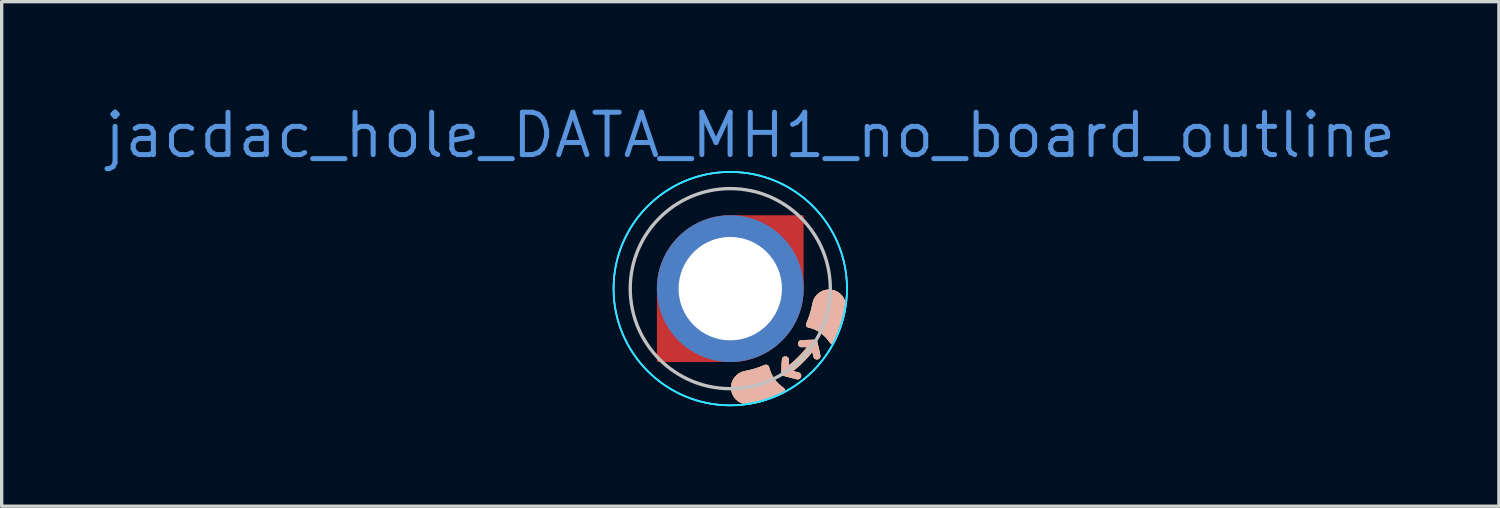
<source format=kicad_pcb>
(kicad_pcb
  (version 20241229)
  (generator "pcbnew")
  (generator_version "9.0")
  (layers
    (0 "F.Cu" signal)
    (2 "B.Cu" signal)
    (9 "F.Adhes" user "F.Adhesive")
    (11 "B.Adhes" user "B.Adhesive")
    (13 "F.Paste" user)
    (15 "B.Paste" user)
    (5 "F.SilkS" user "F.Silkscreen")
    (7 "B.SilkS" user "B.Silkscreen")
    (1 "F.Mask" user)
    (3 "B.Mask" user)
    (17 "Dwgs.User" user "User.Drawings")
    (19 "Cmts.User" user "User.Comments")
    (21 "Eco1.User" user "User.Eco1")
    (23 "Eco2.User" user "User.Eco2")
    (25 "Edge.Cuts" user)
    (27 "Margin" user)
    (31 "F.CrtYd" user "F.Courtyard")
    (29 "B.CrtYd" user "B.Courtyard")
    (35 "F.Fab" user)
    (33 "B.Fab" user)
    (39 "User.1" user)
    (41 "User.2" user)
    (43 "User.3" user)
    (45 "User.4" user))
  (footprint "jacdac_hole_DATA_MH1_no_board_outline"
    (layer "F.Cu")
    (at 18.85 5.606)
    (property "Reference" "jacdac_hole_DATA_MH1_no_board_outline" (at 0.6 -4.6 0) (layer "Cmts.User") (effects (font (size 1.27 1.27) (thickness 0.15))))
    (attr through_hole)
    (fp_poly (pts (xy -2.495 0) (xy -2.495 -0.157) (xy -2.456 -0.468) (xy -2.378 -0.773) (xy -2.262 -1.064) (xy -2.111 -1.34) (xy -1.926 -1.594) (xy -1.711 -1.822) (xy -1.469 -2.023) (xy -1.204 -2.191) (xy -0.92 -2.324) (xy -0.622 -2.421) (xy -0.313 -2.48) (xy 0 -2.5) (xy 2.5 -2.5) (xy 2.5 0) (xy 2.495 0) (xy 2.495 0.157) (xy 2.456 0.468) (xy 2.378 0.773) (xy 2.262 1.064) (xy 2.111 1.34) (xy 1.926 1.594) (xy 1.711 1.822) (xy 1.469 2.023) (xy 1.204 2.191) (xy 0.92 2.324) (xy 0.622 2.421) (xy 0.313 2.48) (xy 0 2.5) (xy -2.5 2.5) (xy -2.5 0)) (stroke (width 0) (type solid)) (fill yes) (layer "F.Mask"))
    (fp_circle (center 0 0) (end 0 -2.5) (stroke (width 0) (type solid)) (fill yes) (layer "B.Mask"))
    (fp_poly (pts (xy 1.1 2.289) (xy 1.116 2.297) (xy 1.129 2.307) (xy 1.138 2.316) (xy 1.146 2.325) (xy 1.153 2.337) (xy 1.159 2.352) (xy 1.166 2.373) (xy 1.174 2.399) (xy 1.174 2.4) (xy 1.192 2.457) (xy 1.211 2.509) (xy 1.233 2.558) (xy 1.249 2.591) (xy 1.292 2.667) (xy 1.341 2.738) (xy 1.397 2.805) (xy 1.458 2.868) (xy 1.524 2.924) (xy 1.561 2.952) (xy 1.59 2.974) (xy 1.612 2.994) (xy 1.627 3.014) (xy 1.637 3.033) (xy 1.64 3.053) (xy 1.641 3.058) (xy 1.639 3.077) (xy 1.632 3.093) (xy 1.621 3.109) (xy 1.604 3.124) (xy 1.58 3.14) (xy 1.549 3.156) (xy 1.549 3.157) (xy 1.427 3.214) (xy 1.3 3.267) (xy 1.167 3.316) (xy 1.03 3.361) (xy 0.89 3.4) (xy 0.749 3.435) (xy 0.69 3.447) (xy 0.63 3.458) (xy 0.577 3.465) (xy 0.53 3.468) (xy 0.488 3.467) (xy 0.454 3.463) (xy 0.391 3.449) (xy 0.331 3.427) (xy 0.275 3.399) (xy 0.224 3.365) (xy 0.177 3.324) (xy 0.135 3.278) (xy 0.099 3.226) (xy 0.094 3.217) (xy 0.068 3.164) (xy 0.048 3.108) (xy 0.035 3.05) (xy 0.029 2.99) (xy 0.03 2.929) (xy 0.037 2.87) (xy 0.052 2.812) (xy 0.053 2.808) (xy 0.076 2.752) (xy 0.106 2.699) (xy 0.142 2.65) (xy 0.184 2.605) (xy 0.23 2.566) (xy 0.281 2.532) (xy 0.335 2.505) (xy 0.357 2.496) (xy 0.371 2.492) (xy 0.392 2.486) (xy 0.416 2.48) (xy 0.442 2.474) (xy 0.469 2.468) (xy 0.47 2.468) (xy 0.569 2.447) (xy 0.663 2.423) (xy 0.753 2.397) (xy 0.84 2.368) (xy 0.927 2.335) (xy 0.975 2.315) (xy 1.009 2.302) (xy 1.038 2.292) (xy 1.062 2.287) (xy 1.083 2.286) (xy 1.1 2.289)) (stroke (width 0.01) (type solid)) (fill yes) (layer "F.SilkS"))
    (fp_poly (pts (xy 3.05 0.04) (xy 3.108 0.053) (xy 3.164 0.074) (xy 3.216 0.1) (xy 3.265 0.133) (xy 3.309 0.171) (xy 3.349 0.214) (xy 3.385 0.263) (xy 3.414 0.316) (xy 3.438 0.373) (xy 3.455 0.435) (xy 3.455 0.437) (xy 3.459 0.454) (xy 3.461 0.474) (xy 3.462 0.496) (xy 3.462 0.524) (xy 3.462 0.536) (xy 3.462 0.557) (xy 3.461 0.578) (xy 3.459 0.6) (xy 3.456 0.622) (xy 3.452 0.647) (xy 3.447 0.675) (xy 3.441 0.708) (xy 3.433 0.745) (xy 3.423 0.789) (xy 3.418 0.808) (xy 3.39 0.921) (xy 3.356 1.037) (xy 3.318 1.154) (xy 3.275 1.27) (xy 3.23 1.384) (xy 3.182 1.493) (xy 3.147 1.564) (xy 3.133 1.591) (xy 3.12 1.612) (xy 3.108 1.628) (xy 3.096 1.639) (xy 3.083 1.647) (xy 3.082 1.648) (xy 3.064 1.654) (xy 3.047 1.654) (xy 3.033 1.65) (xy 3.013 1.639) (xy 2.993 1.62) (xy 2.972 1.595) (xy 2.969 1.59) (xy 2.915 1.517) (xy 2.856 1.45) (xy 2.792 1.388) (xy 2.723 1.333) (xy 2.65 1.284) (xy 2.573 1.242) (xy 2.517 1.217) (xy 2.486 1.204) (xy 2.454 1.193) (xy 2.421 1.182) (xy 2.383 1.171) (xy 2.35 1.163) (xy 2.332 1.157) (xy 2.319 1.152) (xy 2.308 1.145) (xy 2.3 1.137) (xy 2.286 1.122) (xy 2.278 1.106) (xy 2.275 1.087) (xy 2.278 1.066) (xy 2.286 1.04) (xy 2.295 1.018) (xy 2.344 0.897) (xy 2.387 0.773) (xy 2.425 0.645) (xy 2.456 0.511) (xy 2.463 0.48) (xy 2.47 0.446) (xy 2.476 0.417) (xy 2.482 0.394) (xy 2.488 0.373) (xy 2.495 0.355) (xy 2.502 0.336) (xy 2.509 0.322) (xy 2.537 0.269) (xy 2.572 0.22) (xy 2.613 0.175) (xy 2.659 0.136) (xy 2.709 0.102) (xy 2.762 0.074) (xy 2.819 0.053) (xy 2.866 0.042) (xy 2.929 0.034) (xy 2.99 0.033) (xy 3.05 0.04)) (stroke (width 0.01) (type solid)) (fill yes) (layer "F.SilkS"))
    (fp_poly (pts (xy 2.507 1.538) (xy 2.524 1.538) (xy 2.538 1.54) (xy 2.548 1.542) (xy 2.557 1.544) (xy 2.564 1.548) (xy 2.57 1.552) (xy 2.577 1.557) (xy 2.58 1.56) (xy 2.591 1.571) (xy 2.602 1.586) (xy 2.61 1.603) (xy 2.615 1.617) (xy 2.615 1.623) (xy 2.616 1.629) (xy 2.619 1.642) (xy 2.623 1.661) (xy 2.628 1.685) (xy 2.634 1.713) (xy 2.641 1.746) (xy 2.649 1.781) (xy 2.657 1.815) (xy 2.668 1.862) (xy 2.676 1.901) (xy 2.684 1.934) (xy 2.689 1.962) (xy 2.693 1.985) (xy 2.696 2.003) (xy 2.698 2.018) (xy 2.698 2.03) (xy 2.697 2.04) (xy 2.696 2.048) (xy 2.693 2.055) (xy 2.693 2.057) (xy 2.681 2.077) (xy 2.664 2.096) (xy 2.645 2.109) (xy 2.627 2.115) (xy 2.605 2.118) (xy 2.582 2.117) (xy 2.561 2.112) (xy 2.553 2.109) (xy 2.537 2.098) (xy 2.522 2.083) (xy 2.51 2.067) (xy 2.505 2.058) (xy 2.503 2.05) (xy 2.499 2.037) (xy 2.494 2.018) (xy 2.489 1.995) (xy 2.483 1.971) (xy 2.482 1.967) (xy 2.477 1.943) (xy 2.472 1.922) (xy 2.468 1.905) (xy 2.465 1.893) (xy 2.463 1.887) (xy 2.463 1.887) (xy 2.461 1.889) (xy 2.454 1.897) (xy 2.444 1.909) (xy 2.432 1.924) (xy 2.424 1.934) (xy 2.324 2.053) (xy 2.219 2.167) (xy 2.107 2.276) (xy 1.989 2.379) (xy 1.93 2.428) (xy 1.913 2.442) (xy 1.898 2.454) (xy 1.887 2.464) (xy 1.881 2.471) (xy 1.88 2.473) (xy 1.885 2.474) (xy 1.896 2.478) (xy 1.912 2.482) (xy 1.933 2.488) (xy 1.957 2.494) (xy 1.966 2.496) (xy 1.997 2.504) (xy 2.022 2.51) (xy 2.04 2.516) (xy 2.055 2.52) (xy 2.065 2.524) (xy 2.073 2.529) (xy 2.08 2.533) (xy 2.087 2.539) (xy 2.09 2.542) (xy 2.108 2.562) (xy 2.118 2.585) (xy 2.123 2.61) (xy 2.121 2.635) (xy 2.113 2.66) (xy 2.099 2.681) (xy 2.08 2.699) (xy 2.067 2.707) (xy 2.056 2.712) (xy 2.045 2.715) (xy 2.033 2.717) (xy 2.018 2.716) (xy 2 2.714) (xy 1.978 2.71) (xy 1.95 2.703) (xy 1.921 2.695) (xy 1.892 2.688) (xy 1.859 2.679) (xy 1.821 2.67) (xy 1.783 2.66) (xy 1.744 2.65) (xy 1.711 2.641) (xy 1.674 2.631) (xy 1.644 2.623) (xy 1.62 2.616) (xy 1.601 2.61) (xy 1.586 2.604) (xy 1.575 2.599) (xy 1.566 2.592) (xy 1.559 2.585) (xy 1.553 2.577) (xy 1.549 2.572) (xy 1.545 2.566) (xy 1.541 2.56) (xy 1.539 2.553) (xy 1.537 2.546) (xy 1.535 2.536) (xy 1.534 2.524) (xy 1.534 2.508) (xy 1.534 2.488) (xy 1.535 2.464) (xy 1.536 2.434) (xy 1.538 2.398) (xy 1.54 2.356) (xy 1.542 2.324) (xy 1.544 2.284) (xy 1.546 2.246) (xy 1.548 2.211) (xy 1.55 2.18) (xy 1.552 2.153) (xy 1.553 2.132) (xy 1.555 2.116) (xy 1.556 2.108) (xy 1.556 2.107) (xy 1.566 2.083) (xy 1.581 2.064) (xy 1.601 2.05) (xy 1.624 2.04) (xy 1.649 2.036) (xy 1.674 2.038) (xy 1.698 2.046) (xy 1.719 2.06) (xy 1.72 2.06) (xy 1.734 2.076) (xy 1.746 2.095) (xy 1.746 2.096) (xy 1.749 2.104) (xy 1.752 2.111) (xy 1.753 2.12) (xy 1.754 2.13) (xy 1.754 2.144) (xy 1.753 2.163) (xy 1.752 2.188) (xy 1.752 2.189) (xy 1.751 2.214) (xy 1.75 2.238) (xy 1.749 2.26) (xy 1.748 2.277) (xy 1.747 2.285) (xy 1.746 2.295) (xy 1.746 2.302) (xy 1.747 2.306) (xy 1.751 2.306) (xy 1.758 2.303) (xy 1.768 2.295) (xy 1.783 2.284) (xy 1.804 2.267) (xy 1.808 2.264) (xy 1.891 2.195) (xy 1.973 2.121) (xy 2.053 2.043) (xy 2.129 1.964) (xy 2.201 1.883) (xy 2.267 1.803) (xy 2.3 1.761) (xy 2.311 1.745) (xy 2.276 1.748) (xy 2.259 1.749) (xy 2.236 1.75) (xy 2.211 1.75) (xy 2.185 1.751) (xy 2.177 1.751) (xy 2.152 1.751) (xy 2.133 1.751) (xy 2.119 1.75) (xy 2.109 1.749) (xy 2.101 1.746) (xy 2.097 1.745) (xy 2.075 1.731) (xy 2.056 1.711) (xy 2.043 1.687) (xy 2.036 1.661) (xy 2.036 1.651) (xy 2.04 1.625) (xy 2.05 1.601) (xy 2.065 1.58) (xy 2.085 1.564) (xy 2.096 1.558) (xy 2.101 1.556) (xy 2.106 1.554) (xy 2.113 1.553) (xy 2.121 1.552) (xy 2.131 1.551) (xy 2.144 1.549) (xy 2.161 1.548) (xy 2.182 1.547) (xy 2.209 1.546) (xy 2.241 1.545) (xy 2.279 1.544) (xy 2.325 1.542) (xy 2.343 1.542) (xy 2.388 1.54) (xy 2.427 1.539) (xy 2.459 1.538) (xy 2.486 1.538) (xy 2.507 1.538)) (stroke (width 0.01) (type solid)) (fill yes) (layer "F.SilkS"))
    (fp_poly (pts (xy 1.1 2.289) (xy 1.116 2.297) (xy 1.129 2.307) (xy 1.138 2.316) (xy 1.146 2.325) (xy 1.153 2.337) (xy 1.159 2.352) (xy 1.166 2.373) (xy 1.174 2.399) (xy 1.174 2.4) (xy 1.192 2.457) (xy 1.211 2.509) (xy 1.233 2.558) (xy 1.249 2.591) (xy 1.292 2.667) (xy 1.341 2.738) (xy 1.397 2.805) (xy 1.458 2.868) (xy 1.524 2.924) (xy 1.561 2.952) (xy 1.59 2.974) (xy 1.612 2.994) (xy 1.627 3.014) (xy 1.637 3.033) (xy 1.64 3.053) (xy 1.641 3.058) (xy 1.639 3.077) (xy 1.632 3.093) (xy 1.621 3.109) (xy 1.604 3.124) (xy 1.58 3.14) (xy 1.549 3.156) (xy 1.549 3.157) (xy 1.427 3.214) (xy 1.3 3.267) (xy 1.167 3.316) (xy 1.03 3.361) (xy 0.89 3.4) (xy 0.749 3.435) (xy 0.69 3.447) (xy 0.63 3.458) (xy 0.577 3.465) (xy 0.53 3.468) (xy 0.488 3.467) (xy 0.454 3.463) (xy 0.391 3.449) (xy 0.331 3.427) (xy 0.275 3.399) (xy 0.224 3.365) (xy 0.177 3.324) (xy 0.135 3.278) (xy 0.099 3.226) (xy 0.094 3.217) (xy 0.068 3.164) (xy 0.048 3.108) (xy 0.035 3.05) (xy 0.029 2.99) (xy 0.03 2.929) (xy 0.037 2.87) (xy 0.052 2.812) (xy 0.053 2.808) (xy 0.076 2.752) (xy 0.106 2.699) (xy 0.142 2.65) (xy 0.184 2.605) (xy 0.23 2.566) (xy 0.281 2.532) (xy 0.335 2.505) (xy 0.357 2.496) (xy 0.371 2.492) (xy 0.392 2.486) (xy 0.416 2.48) (xy 0.442 2.474) (xy 0.469 2.468) (xy 0.47 2.468) (xy 0.569 2.447) (xy 0.663 2.423) (xy 0.753 2.397) (xy 0.84 2.368) (xy 0.927 2.335) (xy 0.975 2.315) (xy 1.009 2.302) (xy 1.038 2.292) (xy 1.062 2.287) (xy 1.083 2.286) (xy 1.1 2.289)) (stroke (width 0.01) (type solid)) (fill yes) (layer "B.SilkS"))
    (fp_poly (pts (xy 3.05 0.04) (xy 3.108 0.053) (xy 3.164 0.074) (xy 3.216 0.1) (xy 3.265 0.133) (xy 3.309 0.171) (xy 3.349 0.214) (xy 3.385 0.263) (xy 3.414 0.316) (xy 3.438 0.373) (xy 3.455 0.435) (xy 3.455 0.437) (xy 3.459 0.454) (xy 3.461 0.474) (xy 3.462 0.496) (xy 3.462 0.524) (xy 3.462 0.536) (xy 3.462 0.557) (xy 3.461 0.578) (xy 3.459 0.6) (xy 3.456 0.622) (xy 3.452 0.647) (xy 3.447 0.675) (xy 3.441 0.708) (xy 3.433 0.745) (xy 3.423 0.789) (xy 3.418 0.808) (xy 3.39 0.921) (xy 3.356 1.037) (xy 3.318 1.154) (xy 3.275 1.27) (xy 3.23 1.384) (xy 3.182 1.493) (xy 3.147 1.564) (xy 3.133 1.591) (xy 3.12 1.612) (xy 3.108 1.628) (xy 3.096 1.639) (xy 3.083 1.647) (xy 3.082 1.648) (xy 3.064 1.654) (xy 3.047 1.654) (xy 3.033 1.65) (xy 3.013 1.639) (xy 2.993 1.62) (xy 2.972 1.595) (xy 2.969 1.59) (xy 2.915 1.517) (xy 2.856 1.45) (xy 2.792 1.388) (xy 2.723 1.333) (xy 2.65 1.284) (xy 2.573 1.242) (xy 2.517 1.217) (xy 2.486 1.204) (xy 2.454 1.193) (xy 2.421 1.182) (xy 2.383 1.171) (xy 2.35 1.163) (xy 2.332 1.157) (xy 2.319 1.152) (xy 2.308 1.145) (xy 2.3 1.137) (xy 2.286 1.122) (xy 2.278 1.106) (xy 2.275 1.087) (xy 2.278 1.066) (xy 2.286 1.04) (xy 2.295 1.018) (xy 2.344 0.897) (xy 2.387 0.773) (xy 2.425 0.645) (xy 2.456 0.511) (xy 2.463 0.48) (xy 2.47 0.446) (xy 2.476 0.417) (xy 2.482 0.394) (xy 2.488 0.373) (xy 2.495 0.355) (xy 2.502 0.336) (xy 2.509 0.322) (xy 2.537 0.269) (xy 2.572 0.22) (xy 2.613 0.175) (xy 2.659 0.136) (xy 2.709 0.102) (xy 2.762 0.074) (xy 2.819 0.053) (xy 2.866 0.042) (xy 2.929 0.034) (xy 2.99 0.033) (xy 3.05 0.04)) (stroke (width 0.01) (type solid)) (fill yes) (layer "B.SilkS"))
    (fp_poly (pts (xy 2.507 1.538) (xy 2.524 1.538) (xy 2.538 1.54) (xy 2.548 1.542) (xy 2.557 1.544) (xy 2.564 1.548) (xy 2.57 1.552) (xy 2.577 1.557) (xy 2.58 1.56) (xy 2.591 1.571) (xy 2.602 1.586) (xy 2.61 1.603) (xy 2.615 1.617) (xy 2.615 1.623) (xy 2.616 1.629) (xy 2.619 1.642) (xy 2.623 1.661) (xy 2.628 1.685) (xy 2.634 1.713) (xy 2.641 1.746) (xy 2.649 1.781) (xy 2.657 1.815) (xy 2.668 1.862) (xy 2.676 1.901) (xy 2.684 1.934) (xy 2.689 1.962) (xy 2.693 1.985) (xy 2.696 2.003) (xy 2.698 2.018) (xy 2.698 2.03) (xy 2.697 2.04) (xy 2.696 2.048) (xy 2.693 2.055) (xy 2.693 2.057) (xy 2.681 2.077) (xy 2.664 2.096) (xy 2.645 2.109) (xy 2.627 2.115) (xy 2.605 2.118) (xy 2.582 2.117) (xy 2.561 2.112) (xy 2.553 2.109) (xy 2.537 2.098) (xy 2.522 2.083) (xy 2.51 2.067) (xy 2.505 2.058) (xy 2.503 2.05) (xy 2.499 2.037) (xy 2.494 2.018) (xy 2.489 1.995) (xy 2.483 1.971) (xy 2.482 1.967) (xy 2.477 1.943) (xy 2.472 1.922) (xy 2.468 1.905) (xy 2.465 1.893) (xy 2.463 1.887) (xy 2.463 1.887) (xy 2.461 1.889) (xy 2.454 1.897) (xy 2.444 1.909) (xy 2.432 1.924) (xy 2.424 1.934) (xy 2.324 2.053) (xy 2.219 2.167) (xy 2.107 2.276) (xy 1.989 2.379) (xy 1.93 2.428) (xy 1.913 2.442) (xy 1.898 2.454) (xy 1.887 2.464) (xy 1.881 2.471) (xy 1.88 2.473) (xy 1.885 2.474) (xy 1.896 2.478) (xy 1.912 2.482) (xy 1.933 2.488) (xy 1.957 2.494) (xy 1.966 2.496) (xy 1.997 2.504) (xy 2.022 2.51) (xy 2.04 2.516) (xy 2.055 2.52) (xy 2.065 2.524) (xy 2.073 2.529) (xy 2.08 2.533) (xy 2.087 2.539) (xy 2.09 2.542) (xy 2.108 2.562) (xy 2.118 2.585) (xy 2.123 2.61) (xy 2.121 2.635) (xy 2.113 2.66) (xy 2.099 2.681) (xy 2.08 2.699) (xy 2.067 2.707) (xy 2.056 2.712) (xy 2.045 2.715) (xy 2.033 2.717) (xy 2.018 2.716) (xy 2 2.714) (xy 1.978 2.71) (xy 1.95 2.703) (xy 1.921 2.695) (xy 1.892 2.688) (xy 1.859 2.679) (xy 1.821 2.67) (xy 1.783 2.66) (xy 1.744 2.65) (xy 1.711 2.641) (xy 1.674 2.631) (xy 1.644 2.623) (xy 1.62 2.616) (xy 1.601 2.61) (xy 1.586 2.604) (xy 1.575 2.599) (xy 1.566 2.592) (xy 1.559 2.585) (xy 1.553 2.577) (xy 1.549 2.572) (xy 1.545 2.566) (xy 1.541 2.56) (xy 1.539 2.553) (xy 1.537 2.546) (xy 1.535 2.536) (xy 1.534 2.524) (xy 1.534 2.508) (xy 1.534 2.488) (xy 1.535 2.464) (xy 1.536 2.434) (xy 1.538 2.398) (xy 1.54 2.356) (xy 1.542 2.324) (xy 1.544 2.284) (xy 1.546 2.246) (xy 1.548 2.211) (xy 1.55 2.18) (xy 1.552 2.153) (xy 1.553 2.132) (xy 1.555 2.116) (xy 1.556 2.108) (xy 1.556 2.107) (xy 1.566 2.083) (xy 1.581 2.064) (xy 1.601 2.05) (xy 1.624 2.04) (xy 1.649 2.036) (xy 1.674 2.038) (xy 1.698 2.046) (xy 1.719 2.06) (xy 1.72 2.06) (xy 1.734 2.076) (xy 1.746 2.095) (xy 1.746 2.096) (xy 1.749 2.104) (xy 1.752 2.111) (xy 1.753 2.12) (xy 1.754 2.13) (xy 1.754 2.144) (xy 1.753 2.163) (xy 1.752 2.188) (xy 1.752 2.189) (xy 1.751 2.214) (xy 1.75 2.238) (xy 1.749 2.26) (xy 1.748 2.277) (xy 1.747 2.285) (xy 1.746 2.295) (xy 1.746 2.302) (xy 1.747 2.306) (xy 1.751 2.306) (xy 1.758 2.303) (xy 1.768 2.295) (xy 1.783 2.284) (xy 1.804 2.267) (xy 1.808 2.264) (xy 1.891 2.195) (xy 1.973 2.121) (xy 2.053 2.043) (xy 2.129 1.964) (xy 2.201 1.883) (xy 2.267 1.803) (xy 2.3 1.761) (xy 2.311 1.745) (xy 2.276 1.748) (xy 2.259 1.749) (xy 2.236 1.75) (xy 2.211 1.75) (xy 2.185 1.751) (xy 2.177 1.751) (xy 2.152 1.751) (xy 2.133 1.751) (xy 2.119 1.75) (xy 2.109 1.749) (xy 2.101 1.746) (xy 2.097 1.745) (xy 2.075 1.731) (xy 2.056 1.711) (xy 2.043 1.687) (xy 2.036 1.661) (xy 2.036 1.651) (xy 2.04 1.625) (xy 2.05 1.601) (xy 2.065 1.58) (xy 2.085 1.564) (xy 2.096 1.558) (xy 2.101 1.556) (xy 2.106 1.554) (xy 2.113 1.553) (xy 2.121 1.552) (xy 2.131 1.551) (xy 2.144 1.549) (xy 2.161 1.548) (xy 2.182 1.547) (xy 2.209 1.546) (xy 2.241 1.545) (xy 2.279 1.544) (xy 2.325 1.542) (xy 2.343 1.542) (xy 2.388 1.54) (xy 2.427 1.539) (xy 2.459 1.538) (xy 2.486 1.538) (xy 2.507 1.538)) (stroke (width 0.01) (type solid)) (fill yes) (layer "B.SilkS"))
    (fp_circle (center 0 0) (end 0 -3) (stroke (width 0.1) (type default)) (fill no) (layer "Dwgs.User"))
    (fp_circle (center 0 0) (end 0 -3.5) (stroke (width 0.05) (type default)) (fill no) (layer "B.CrtYd"))
    (fp_circle (center 0 0) (end 0 -3.5) (stroke (width 0.05) (type default)) (fill no) (layer "B.CrtYd"))
    (fp_circle (center 0 0) (end 0 -3.5) (stroke (width 0.05) (type default)) (fill no) (layer "F.CrtYd"))
    (pad "MH1" smd custom (at 0 0 135) (size 1 1) (property pad_prop_fiducial_loc) (layers "F.Cu") (options (anchor circle)) (primitives (gr_poly (pts (xy 0 -3.111) (arc (start -1.555635 -1.555635) (mid -2.2 0) (end -1.555635 1.555635)) (xy 0 3.111) (arc (start 1.555635 1.555635) (mid 2.2 0) (end 1.555635 -1.555635))) (width 0) (fill yes))))
    (pad "MH1" thru_hole circle (at 0 0 135) (size 4.4 4.4) (drill 3.1) (property pad_prop_fiducial_loc) (layers "*.Cu"))
    (zone (net_name "") (layers "F.Cu" "B.Cu") (hatch edge 0.508) (connect_pads) (min_thickness 0.254) (filled_areas_thickness no) (keepout (tracks allowed) (vias allowed) (pads allowed) (copperpour not_allowed) (footprints allowed)) (placement (enabled no)) (fill) (polygon (pts (xy 18.85 2.601) (xy 18.502 2.621) (xy 18.157 2.682) (xy 17.823 2.782) (xy 17.502 2.921) (xy 17.199 3.095) (xy 16.919 3.304) (xy 16.665 3.544) (xy 16.44 3.812) (xy 16.248 4.104) (xy 16.091 4.416) (xy 15.972 4.744) (xy 15.891 5.084) (xy 15.85 5.431) (xy 15.85 5.781) (xy 15.891 6.128) (xy 15.972 6.468) (xy 16.091 6.796) (xy 16.248 7.109) (xy 16.44 7.401) (xy 16.665 7.668) (xy 16.919 7.908) (xy 17.199 8.117) (xy 17.502 8.292) (xy 17.823 8.43) (xy 18.157 8.53) (xy 18.502 8.591) (xy 18.85 8.611) (xy 19.199 8.591) (xy 19.543 8.53) (xy 19.878 8.43) (xy 20.199 8.292) (xy 20.502 8.117) (xy 20.782 7.908) (xy 21.036 7.668) (xy 21.261 7.401) (xy 21.453 7.109) (xy 21.61 6.796) (xy 21.729 6.468) (xy 21.81 6.128) (xy 21.85 5.781) (xy 21.85 5.431) (xy 21.81 5.084) (xy 21.729 4.744) (xy 21.61 4.416) (xy 21.453 4.104) (xy 21.261 3.812) (xy 21.036 3.544) (xy 20.782 3.304) (xy 20.502 3.095) (xy 20.199 2.921) (xy 19.878 2.782) (xy 19.543 2.682) (xy 19.199 2.621)))))
  (gr_rect
    (start -3 -3)
    (end 41.901 12.131)
    (stroke (width 0.1) (type default))
    (fill no)
    (layer "Edge.Cuts")))
</source>
